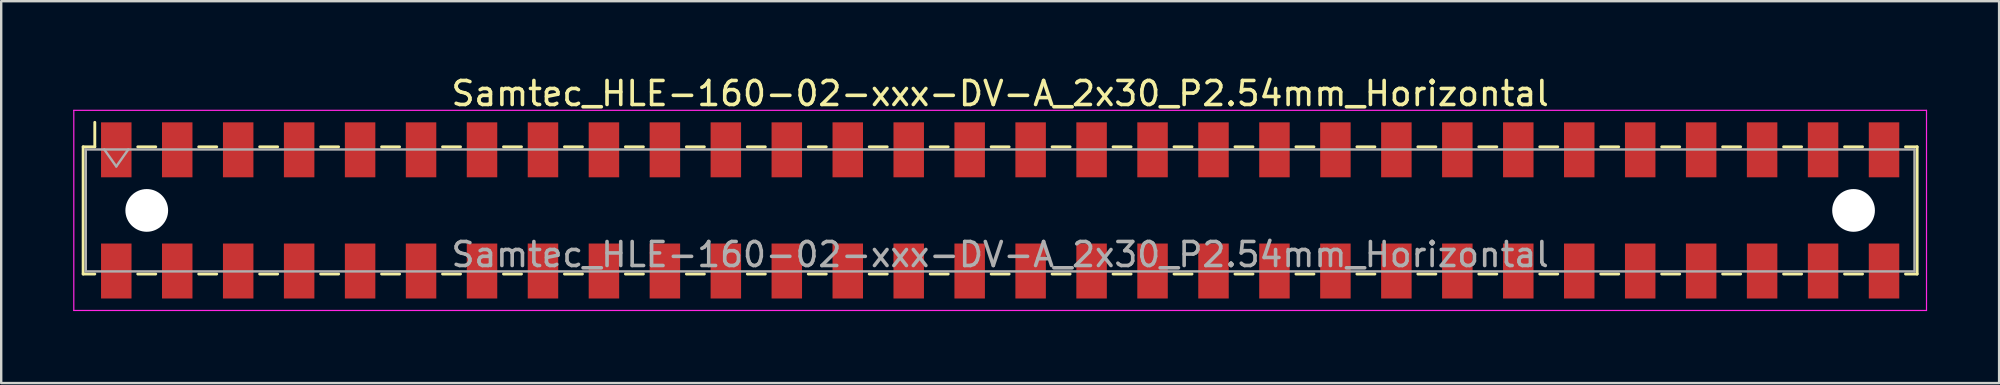
<source format=kicad_pcb>
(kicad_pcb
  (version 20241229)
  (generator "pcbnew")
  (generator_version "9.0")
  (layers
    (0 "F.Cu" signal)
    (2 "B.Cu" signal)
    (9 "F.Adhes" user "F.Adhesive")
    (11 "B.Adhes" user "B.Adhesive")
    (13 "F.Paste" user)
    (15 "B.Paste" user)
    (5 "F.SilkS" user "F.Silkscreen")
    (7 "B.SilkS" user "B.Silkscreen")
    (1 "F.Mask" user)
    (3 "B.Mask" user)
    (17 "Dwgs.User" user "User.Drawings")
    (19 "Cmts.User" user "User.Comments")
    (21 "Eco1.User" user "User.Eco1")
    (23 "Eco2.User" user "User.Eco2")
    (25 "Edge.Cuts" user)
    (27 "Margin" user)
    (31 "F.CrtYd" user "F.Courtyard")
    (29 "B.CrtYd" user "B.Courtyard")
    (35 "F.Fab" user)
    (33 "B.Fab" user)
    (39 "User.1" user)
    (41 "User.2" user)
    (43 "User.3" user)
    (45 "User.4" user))
  (footprint "Samtec_HLE-160-02-xxx-DV-A_2x30_P2.54mm_Horizontal"
    (layer "F.Cu")
    (at 38.625 5.718)
    (property "Reference" "Samtec_HLE-160-02-xxx-DV-A_2x30_P2.54mm_Horizontal" (at 0 -4.87 0) (layer "F.SilkS") (effects (font (size 1 1) (thickness 0.15))))
    (attr smd)
    (fp_line (start -38.21 -2.65) (end -38.21 2.65) (stroke (width 0.12) (type solid)) (layer "F.SilkS"))
    (fp_line (start -38.21 2.65) (end -37.725 2.65) (stroke (width 0.12) (type solid)) (layer "F.SilkS"))
    (fp_line (start -37.725 -3.67) (end -37.725 -2.65) (stroke (width 0.12) (type solid)) (layer "F.SilkS"))
    (fp_line (start -37.725 -2.65) (end -38.21 -2.65) (stroke (width 0.12) (type solid)) (layer "F.SilkS"))
    (fp_line (start -35.935 -2.65) (end -35.185 -2.65) (stroke (width 0.12) (type solid)) (layer "F.SilkS"))
    (fp_line (start -35.935 2.65) (end -35.185 2.65) (stroke (width 0.12) (type solid)) (layer "F.SilkS"))
    (fp_line (start -33.395 -2.65) (end -32.645 -2.65) (stroke (width 0.12) (type solid)) (layer "F.SilkS"))
    (fp_line (start -33.395 2.65) (end -32.645 2.65) (stroke (width 0.12) (type solid)) (layer "F.SilkS"))
    (fp_line (start -30.855 -2.65) (end -30.105 -2.65) (stroke (width 0.12) (type solid)) (layer "F.SilkS"))
    (fp_line (start -30.855 2.65) (end -30.105 2.65) (stroke (width 0.12) (type solid)) (layer "F.SilkS"))
    (fp_line (start -28.315 -2.65) (end -27.565 -2.65) (stroke (width 0.12) (type solid)) (layer "F.SilkS"))
    (fp_line (start -28.315 2.65) (end -27.565 2.65) (stroke (width 0.12) (type solid)) (layer "F.SilkS"))
    (fp_line (start -25.775 -2.65) (end -25.025 -2.65) (stroke (width 0.12) (type solid)) (layer "F.SilkS"))
    (fp_line (start -25.775 2.65) (end -25.025 2.65) (stroke (width 0.12) (type solid)) (layer "F.SilkS"))
    (fp_line (start -23.235 -2.65) (end -22.485 -2.65) (stroke (width 0.12) (type solid)) (layer "F.SilkS"))
    (fp_line (start -23.235 2.65) (end -22.485 2.65) (stroke (width 0.12) (type solid)) (layer "F.SilkS"))
    (fp_line (start -20.695 -2.65) (end -19.945 -2.65) (stroke (width 0.12) (type solid)) (layer "F.SilkS"))
    (fp_line (start -20.695 2.65) (end -19.945 2.65) (stroke (width 0.12) (type solid)) (layer "F.SilkS"))
    (fp_line (start -18.155 -2.65) (end -17.405 -2.65) (stroke (width 0.12) (type solid)) (layer "F.SilkS"))
    (fp_line (start -18.155 2.65) (end -17.405 2.65) (stroke (width 0.12) (type solid)) (layer "F.SilkS"))
    (fp_line (start -15.615 -2.65) (end -14.865 -2.65) (stroke (width 0.12) (type solid)) (layer "F.SilkS"))
    (fp_line (start -15.615 2.65) (end -14.865 2.65) (stroke (width 0.12) (type solid)) (layer "F.SilkS"))
    (fp_line (start -13.075 -2.65) (end -12.325 -2.65) (stroke (width 0.12) (type solid)) (layer "F.SilkS"))
    (fp_line (start -13.075 2.65) (end -12.325 2.65) (stroke (width 0.12) (type solid)) (layer "F.SilkS"))
    (fp_line (start -10.535 -2.65) (end -9.785 -2.65) (stroke (width 0.12) (type solid)) (layer "F.SilkS"))
    (fp_line (start -10.535 2.65) (end -9.785 2.65) (stroke (width 0.12) (type solid)) (layer "F.SilkS"))
    (fp_line (start -7.995 -2.65) (end -7.245 -2.65) (stroke (width 0.12) (type solid)) (layer "F.SilkS"))
    (fp_line (start -7.995 2.65) (end -7.245 2.65) (stroke (width 0.12) (type solid)) (layer "F.SilkS"))
    (fp_line (start -5.455 -2.65) (end -4.705 -2.65) (stroke (width 0.12) (type solid)) (layer "F.SilkS"))
    (fp_line (start -5.455 2.65) (end -4.705 2.65) (stroke (width 0.12) (type solid)) (layer "F.SilkS"))
    (fp_line (start -2.915 -2.65) (end -2.165 -2.65) (stroke (width 0.12) (type solid)) (layer "F.SilkS"))
    (fp_line (start -2.915 2.65) (end -2.165 2.65) (stroke (width 0.12) (type solid)) (layer "F.SilkS"))
    (fp_line (start -0.375 -2.65) (end 0.375 -2.65) (stroke (width 0.12) (type solid)) (layer "F.SilkS"))
    (fp_line (start -0.375 2.65) (end 0.375 2.65) (stroke (width 0.12) (type solid)) (layer "F.SilkS"))
    (fp_line (start 2.165 -2.65) (end 2.915 -2.65) (stroke (width 0.12) (type solid)) (layer "F.SilkS"))
    (fp_line (start 2.165 2.65) (end 2.915 2.65) (stroke (width 0.12) (type solid)) (layer "F.SilkS"))
    (fp_line (start 4.705 -2.65) (end 5.455 -2.65) (stroke (width 0.12) (type solid)) (layer "F.SilkS"))
    (fp_line (start 4.705 2.65) (end 5.455 2.65) (stroke (width 0.12) (type solid)) (layer "F.SilkS"))
    (fp_line (start 7.245 -2.65) (end 7.995 -2.65) (stroke (width 0.12) (type solid)) (layer "F.SilkS"))
    (fp_line (start 7.245 2.65) (end 7.995 2.65) (stroke (width 0.12) (type solid)) (layer "F.SilkS"))
    (fp_line (start 9.785 -2.65) (end 10.535 -2.65) (stroke (width 0.12) (type solid)) (layer "F.SilkS"))
    (fp_line (start 9.785 2.65) (end 10.535 2.65) (stroke (width 0.12) (type solid)) (layer "F.SilkS"))
    (fp_line (start 12.325 -2.65) (end 13.075 -2.65) (stroke (width 0.12) (type solid)) (layer "F.SilkS"))
    (fp_line (start 12.325 2.65) (end 13.075 2.65) (stroke (width 0.12) (type solid)) (layer "F.SilkS"))
    (fp_line (start 14.865 -2.65) (end 15.615 -2.65) (stroke (width 0.12) (type solid)) (layer "F.SilkS"))
    (fp_line (start 14.865 2.65) (end 15.615 2.65) (stroke (width 0.12) (type solid)) (layer "F.SilkS"))
    (fp_line (start 17.405 -2.65) (end 18.155 -2.65) (stroke (width 0.12) (type solid)) (layer "F.SilkS"))
    (fp_line (start 17.405 2.65) (end 18.155 2.65) (stroke (width 0.12) (type solid)) (layer "F.SilkS"))
    (fp_line (start 19.945 -2.65) (end 20.695 -2.65) (stroke (width 0.12) (type solid)) (layer "F.SilkS"))
    (fp_line (start 19.945 2.65) (end 20.695 2.65) (stroke (width 0.12) (type solid)) (layer "F.SilkS"))
    (fp_line (start 22.485 -2.65) (end 23.235 -2.65) (stroke (width 0.12) (type solid)) (layer "F.SilkS"))
    (fp_line (start 22.485 2.65) (end 23.235 2.65) (stroke (width 0.12) (type solid)) (layer "F.SilkS"))
    (fp_line (start 25.025 -2.65) (end 25.775 -2.65) (stroke (width 0.12) (type solid)) (layer "F.SilkS"))
    (fp_line (start 25.025 2.65) (end 25.775 2.65) (stroke (width 0.12) (type solid)) (layer "F.SilkS"))
    (fp_line (start 27.565 -2.65) (end 28.315 -2.65) (stroke (width 0.12) (type solid)) (layer "F.SilkS"))
    (fp_line (start 27.565 2.65) (end 28.315 2.65) (stroke (width 0.12) (type solid)) (layer "F.SilkS"))
    (fp_line (start 30.105 -2.65) (end 30.855 -2.65) (stroke (width 0.12) (type solid)) (layer "F.SilkS"))
    (fp_line (start 30.105 2.65) (end 30.855 2.65) (stroke (width 0.12) (type solid)) (layer "F.SilkS"))
    (fp_line (start 32.645 -2.65) (end 33.395 -2.65) (stroke (width 0.12) (type solid)) (layer "F.SilkS"))
    (fp_line (start 32.645 2.65) (end 33.395 2.65) (stroke (width 0.12) (type solid)) (layer "F.SilkS"))
    (fp_line (start 35.185 -2.65) (end 35.935 -2.65) (stroke (width 0.12) (type solid)) (layer "F.SilkS"))
    (fp_line (start 35.185 2.65) (end 35.935 2.65) (stroke (width 0.12) (type solid)) (layer "F.SilkS"))
    (fp_line (start 37.725 -2.65) (end 38.21 -2.65) (stroke (width 0.12) (type solid)) (layer "F.SilkS"))
    (fp_line (start 38.21 -2.65) (end 38.21 2.65) (stroke (width 0.12) (type solid)) (layer "F.SilkS"))
    (fp_line (start 38.21 2.65) (end 37.725 2.65) (stroke (width 0.12) (type solid)) (layer "F.SilkS"))
    (fp_line (start -38.6 -4.17) (end 38.6 -4.17) (stroke (width 0.05) (type solid)) (layer "F.CrtYd"))
    (fp_line (start -38.6 4.17) (end -38.6 -4.17) (stroke (width 0.05) (type solid)) (layer "F.CrtYd"))
    (fp_line (start 38.6 -4.17) (end 38.6 4.17) (stroke (width 0.05) (type solid)) (layer "F.CrtYd"))
    (fp_line (start 38.6 4.17) (end -38.6 4.17) (stroke (width 0.05) (type solid)) (layer "F.CrtYd"))
    (fp_line (start -38.1 -2.54) (end 38.1 -2.54) (stroke (width 0.1) (type solid)) (layer "F.Fab"))
    (fp_line (start -38.1 2.54) (end -38.1 -2.54) (stroke (width 0.1) (type solid)) (layer "F.Fab"))
    (fp_line (start -37.33 -2.54) (end -36.83 -1.833) (stroke (width 0.1) (type solid)) (layer "F.Fab"))
    (fp_line (start -36.83 -1.833) (end -36.33 -2.54) (stroke (width 0.1) (type solid)) (layer "F.Fab"))
    (fp_line (start 38.1 -2.54) (end 38.1 2.54) (stroke (width 0.1) (type solid)) (layer "F.Fab"))
    (fp_line (start 38.1 2.54) (end -38.1 2.54) (stroke (width 0.1) (type solid)) (layer "F.Fab"))
    (fp_text user "${REFERENCE}" (at 0 1.84 0) (layer "F.Fab") (effects (font (size 1 1) (thickness 0.15))))
    (pad "" np_thru_hole circle (at -35.56 0) (size 1.78 1.78) (drill 1.78) (layers "*.Cu" "*.Mask"))
    (pad "" np_thru_hole circle (at 35.56 0) (size 1.78 1.78) (drill 1.78) (layers "*.Cu" "*.Mask"))
    (pad "1" smd rect (at -36.83 -2.525) (size 1.27 2.29) (layers "F.Cu" "F.Mask" "F.Paste"))
    (pad "2" smd rect (at -36.83 2.525) (size 1.27 2.29) (layers "F.Cu" "F.Mask" "F.Paste"))
    (pad "3" smd rect (at -34.29 -2.525) (size 1.27 2.29) (layers "F.Cu" "F.Mask" "F.Paste"))
    (pad "4" smd rect (at -34.29 2.525) (size 1.27 2.29) (layers "F.Cu" "F.Mask" "F.Paste"))
    (pad "5" smd rect (at -31.75 -2.525) (size 1.27 2.29) (layers "F.Cu" "F.Mask" "F.Paste"))
    (pad "6" smd rect (at -31.75 2.525) (size 1.27 2.29) (layers "F.Cu" "F.Mask" "F.Paste"))
    (pad "7" smd rect (at -29.21 -2.525) (size 1.27 2.29) (layers "F.Cu" "F.Mask" "F.Paste"))
    (pad "8" smd rect (at -29.21 2.525) (size 1.27 2.29) (layers "F.Cu" "F.Mask" "F.Paste"))
    (pad "9" smd rect (at -26.67 -2.525) (size 1.27 2.29) (layers "F.Cu" "F.Mask" "F.Paste"))
    (pad "10" smd rect (at -26.67 2.525) (size 1.27 2.29) (layers "F.Cu" "F.Mask" "F.Paste"))
    (pad "11" smd rect (at -24.13 -2.525) (size 1.27 2.29) (layers "F.Cu" "F.Mask" "F.Paste"))
    (pad "12" smd rect (at -24.13 2.525) (size 1.27 2.29) (layers "F.Cu" "F.Mask" "F.Paste"))
    (pad "13" smd rect (at -21.59 -2.525) (size 1.27 2.29) (layers "F.Cu" "F.Mask" "F.Paste"))
    (pad "14" smd rect (at -21.59 2.525) (size 1.27 2.29) (layers "F.Cu" "F.Mask" "F.Paste"))
    (pad "15" smd rect (at -19.05 -2.525) (size 1.27 2.29) (layers "F.Cu" "F.Mask" "F.Paste"))
    (pad "16" smd rect (at -19.05 2.525) (size 1.27 2.29) (layers "F.Cu" "F.Mask" "F.Paste"))
    (pad "17" smd rect (at -16.51 -2.525) (size 1.27 2.29) (layers "F.Cu" "F.Mask" "F.Paste"))
    (pad "18" smd rect (at -16.51 2.525) (size 1.27 2.29) (layers "F.Cu" "F.Mask" "F.Paste"))
    (pad "19" smd rect (at -13.97 -2.525) (size 1.27 2.29) (layers "F.Cu" "F.Mask" "F.Paste"))
    (pad "20" smd rect (at -13.97 2.525) (size 1.27 2.29) (layers "F.Cu" "F.Mask" "F.Paste"))
    (pad "21" smd rect (at -11.43 -2.525) (size 1.27 2.29) (layers "F.Cu" "F.Mask" "F.Paste"))
    (pad "22" smd rect (at -11.43 2.525) (size 1.27 2.29) (layers "F.Cu" "F.Mask" "F.Paste"))
    (pad "23" smd rect (at -8.89 -2.525) (size 1.27 2.29) (layers "F.Cu" "F.Mask" "F.Paste"))
    (pad "24" smd rect (at -8.89 2.525) (size 1.27 2.29) (layers "F.Cu" "F.Mask" "F.Paste"))
    (pad "25" smd rect (at -6.35 -2.525) (size 1.27 2.29) (layers "F.Cu" "F.Mask" "F.Paste"))
    (pad "26" smd rect (at -6.35 2.525) (size 1.27 2.29) (layers "F.Cu" "F.Mask" "F.Paste"))
    (pad "27" smd rect (at -3.81 -2.525) (size 1.27 2.29) (layers "F.Cu" "F.Mask" "F.Paste"))
    (pad "28" smd rect (at -3.81 2.525) (size 1.27 2.29) (layers "F.Cu" "F.Mask" "F.Paste"))
    (pad "29" smd rect (at -1.27 -2.525) (size 1.27 2.29) (layers "F.Cu" "F.Mask" "F.Paste"))
    (pad "30" smd rect (at -1.27 2.525) (size 1.27 2.29) (layers "F.Cu" "F.Mask" "F.Paste"))
    (pad "31" smd rect (at 1.27 -2.525) (size 1.27 2.29) (layers "F.Cu" "F.Mask" "F.Paste"))
    (pad "32" smd rect (at 1.27 2.525) (size 1.27 2.29) (layers "F.Cu" "F.Mask" "F.Paste"))
    (pad "33" smd rect (at 3.81 -2.525) (size 1.27 2.29) (layers "F.Cu" "F.Mask" "F.Paste"))
    (pad "34" smd rect (at 3.81 2.525) (size 1.27 2.29) (layers "F.Cu" "F.Mask" "F.Paste"))
    (pad "35" smd rect (at 6.35 -2.525) (size 1.27 2.29) (layers "F.Cu" "F.Mask" "F.Paste"))
    (pad "36" smd rect (at 6.35 2.525) (size 1.27 2.29) (layers "F.Cu" "F.Mask" "F.Paste"))
    (pad "37" smd rect (at 8.89 -2.525) (size 1.27 2.29) (layers "F.Cu" "F.Mask" "F.Paste"))
    (pad "38" smd rect (at 8.89 2.525) (size 1.27 2.29) (layers "F.Cu" "F.Mask" "F.Paste"))
    (pad "39" smd rect (at 11.43 -2.525) (size 1.27 2.29) (layers "F.Cu" "F.Mask" "F.Paste"))
    (pad "40" smd rect (at 11.43 2.525) (size 1.27 2.29) (layers "F.Cu" "F.Mask" "F.Paste"))
    (pad "41" smd rect (at 13.97 -2.525) (size 1.27 2.29) (layers "F.Cu" "F.Mask" "F.Paste"))
    (pad "42" smd rect (at 13.97 2.525) (size 1.27 2.29) (layers "F.Cu" "F.Mask" "F.Paste"))
    (pad "43" smd rect (at 16.51 -2.525) (size 1.27 2.29) (layers "F.Cu" "F.Mask" "F.Paste"))
    (pad "44" smd rect (at 16.51 2.525) (size 1.27 2.29) (layers "F.Cu" "F.Mask" "F.Paste"))
    (pad "45" smd rect (at 19.05 -2.525) (size 1.27 2.29) (layers "F.Cu" "F.Mask" "F.Paste"))
    (pad "46" smd rect (at 19.05 2.525) (size 1.27 2.29) (layers "F.Cu" "F.Mask" "F.Paste"))
    (pad "47" smd rect (at 21.59 -2.525) (size 1.27 2.29) (layers "F.Cu" "F.Mask" "F.Paste"))
    (pad "48" smd rect (at 21.59 2.525) (size 1.27 2.29) (layers "F.Cu" "F.Mask" "F.Paste"))
    (pad "49" smd rect (at 24.13 -2.525) (size 1.27 2.29) (layers "F.Cu" "F.Mask" "F.Paste"))
    (pad "50" smd rect (at 24.13 2.525) (size 1.27 2.29) (layers "F.Cu" "F.Mask" "F.Paste"))
    (pad "51" smd rect (at 26.67 -2.525) (size 1.27 2.29) (layers "F.Cu" "F.Mask" "F.Paste"))
    (pad "52" smd rect (at 26.67 2.525) (size 1.27 2.29) (layers "F.Cu" "F.Mask" "F.Paste"))
    (pad "53" smd rect (at 29.21 -2.525) (size 1.27 2.29) (layers "F.Cu" "F.Mask" "F.Paste"))
    (pad "54" smd rect (at 29.21 2.525) (size 1.27 2.29) (layers "F.Cu" "F.Mask" "F.Paste"))
    (pad "55" smd rect (at 31.75 -2.525) (size 1.27 2.29) (layers "F.Cu" "F.Mask" "F.Paste"))
    (pad "56" smd rect (at 31.75 2.525) (size 1.27 2.29) (layers "F.Cu" "F.Mask" "F.Paste"))
    (pad "57" smd rect (at 34.29 -2.525) (size 1.27 2.29) (layers "F.Cu" "F.Mask" "F.Paste"))
    (pad "58" smd rect (at 34.29 2.525) (size 1.27 2.29) (layers "F.Cu" "F.Mask" "F.Paste"))
    (pad "59" smd rect (at 36.83 -2.525) (size 1.27 2.29) (layers "F.Cu" "F.Mask" "F.Paste"))
    (pad "60" smd rect (at 36.83 2.525) (size 1.27 2.29) (layers "F.Cu" "F.Mask" "F.Paste")))
  (gr_rect
    (start -3 -3)
    (end 80.25 12.913)
    (stroke (width 0.1) (type default))
    (fill no)
    (layer "Edge.Cuts")))
</source>
